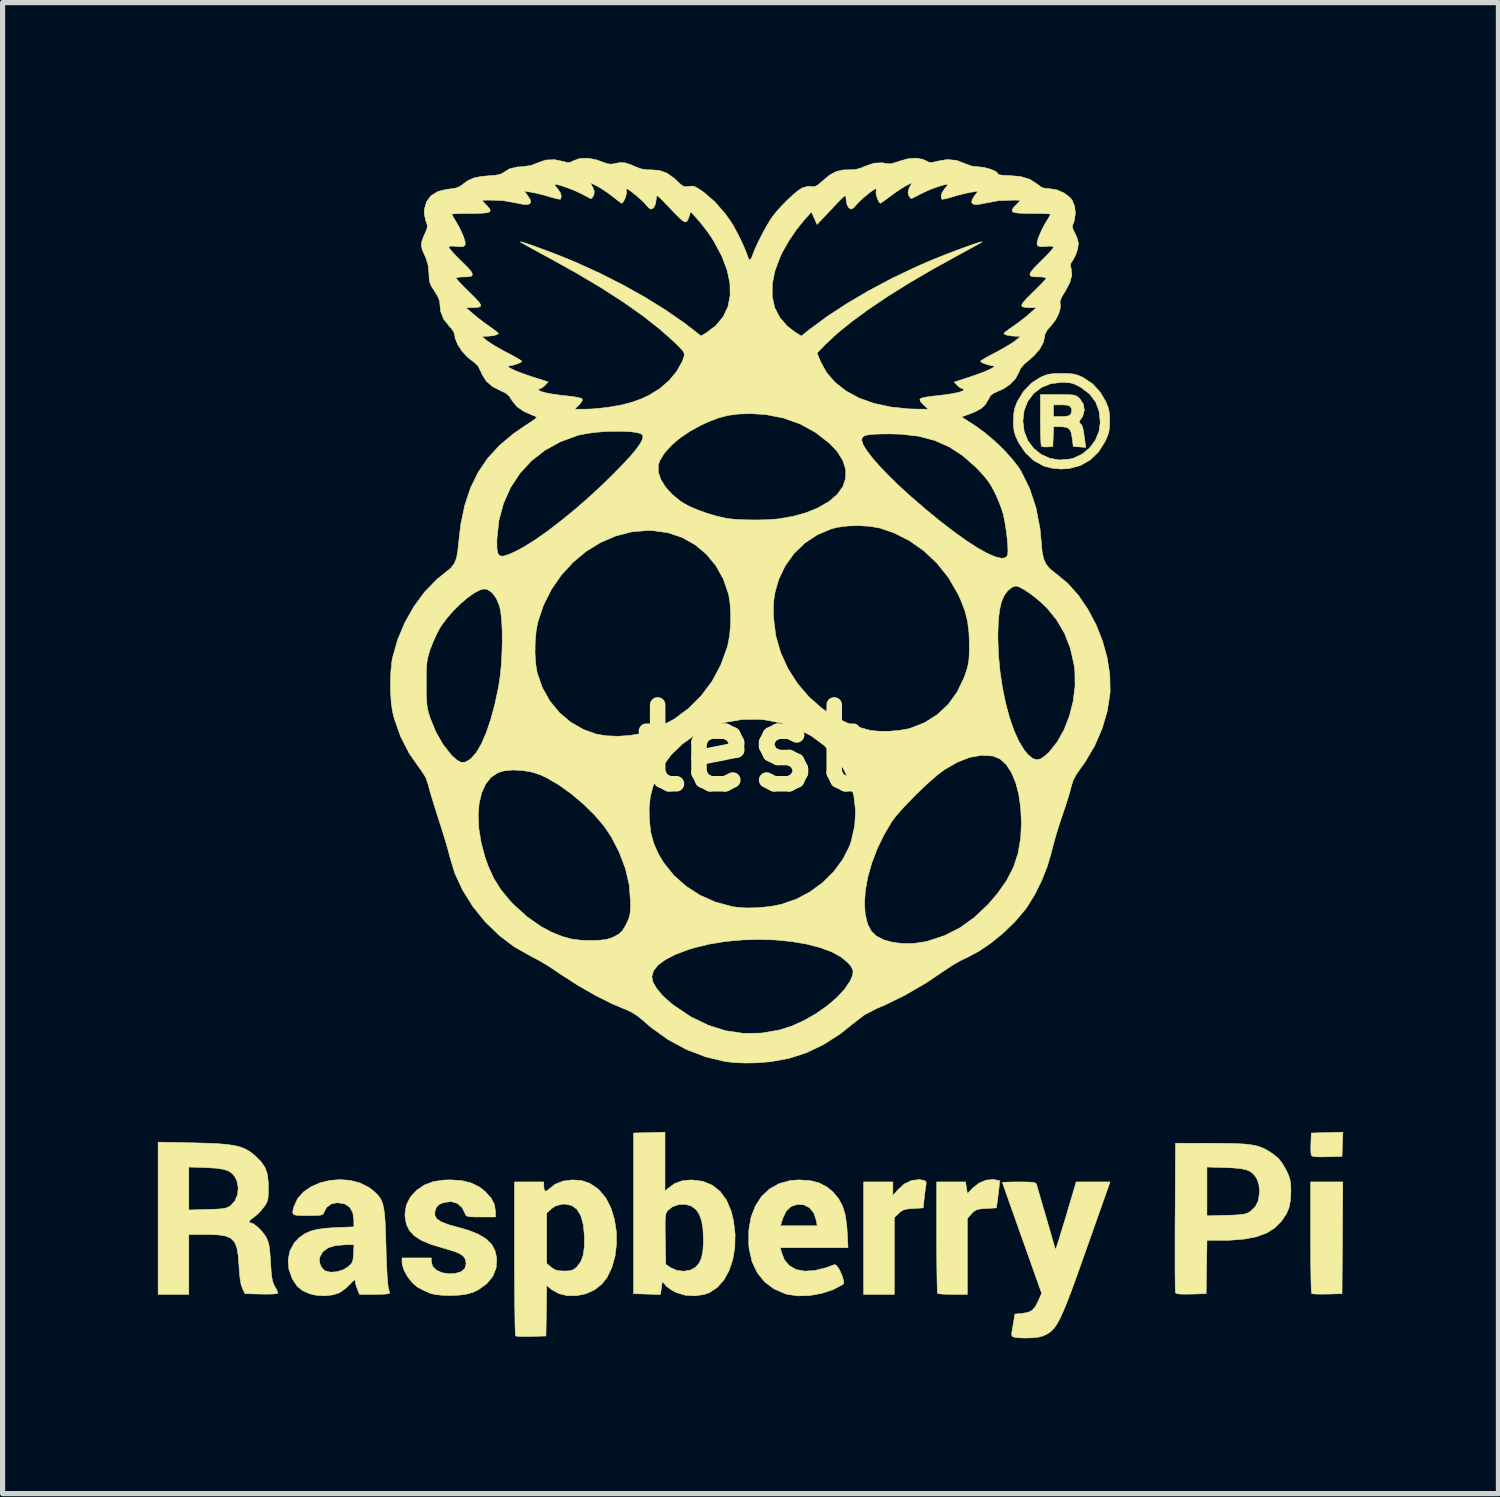
<source format=kicad_pcb>
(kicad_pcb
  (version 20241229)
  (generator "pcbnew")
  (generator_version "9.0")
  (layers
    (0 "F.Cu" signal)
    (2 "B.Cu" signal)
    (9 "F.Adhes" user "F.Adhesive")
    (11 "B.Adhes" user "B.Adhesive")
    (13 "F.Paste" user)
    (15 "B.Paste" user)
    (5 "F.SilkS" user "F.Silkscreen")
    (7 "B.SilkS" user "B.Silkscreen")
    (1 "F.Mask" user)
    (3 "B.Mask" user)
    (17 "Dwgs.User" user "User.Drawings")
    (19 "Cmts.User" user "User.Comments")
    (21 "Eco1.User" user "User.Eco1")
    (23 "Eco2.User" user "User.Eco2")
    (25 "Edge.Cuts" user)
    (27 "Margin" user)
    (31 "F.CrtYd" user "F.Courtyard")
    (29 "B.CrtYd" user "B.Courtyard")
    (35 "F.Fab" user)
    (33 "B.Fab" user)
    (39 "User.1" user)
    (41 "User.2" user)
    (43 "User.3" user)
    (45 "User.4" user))
  (footprint "test"
    (layer "F.Cu")
    (at 11.435 11.404)
    (property "Reference" "test" (at 0 0 0) (layer "F.SilkS") (effects (font (size 1.524 1.524) (thickness 0.3))))
    (attr through_hole)
    (fp_poly (pts (xy 11.452 7.654) (xy 11.444 7.888) (xy 11.154 7.896) (xy 11.016 7.898) (xy 10.926 7.895) (xy 10.874 7.885) (xy 10.851 7.868) (xy 10.85 7.865) (xy 10.843 7.818) (xy 10.841 7.734) (xy 10.843 7.631) (xy 10.851 7.437) (xy 11.461 7.421) (xy 11.452 7.654)) (stroke (width 0.01) (type solid)) (fill yes) (layer "F.SilkS"))
    (fp_poly (pts (xy 11.452 9.461) (xy 11.444 10.541) (xy 11.16 10.549) (xy 11.039 10.55) (xy 10.939 10.548) (xy 10.874 10.543) (xy 10.857 10.537) (xy 10.853 10.505) (xy 10.849 10.424) (xy 10.845 10.298) (xy 10.842 10.135) (xy 10.84 9.94) (xy 10.838 9.72) (xy 10.837 9.482) (xy 10.837 9.45) (xy 10.837 8.382) (xy 11.459 8.382) (xy 11.452 9.461)) (stroke (width 0.01) (type solid)) (fill yes) (layer "F.SilkS"))
    (fp_poly (pts (xy 3.309 8.341) (xy 3.38 8.356) (xy 3.408 8.38) (xy 3.408 8.427) (xy 3.405 8.448) (xy 3.393 8.526) (xy 3.379 8.632) (xy 3.37 8.711) (xy 3.352 8.884) (xy 3.159 8.895) (xy 3.048 8.904) (xy 2.975 8.922) (xy 2.919 8.953) (xy 2.88 8.988) (xy 2.794 9.07) (xy 2.794 10.555) (xy 2.201 10.555) (xy 2.201 8.382) (xy 2.766 8.382) (xy 2.766 8.646) (xy 2.864 8.532) (xy 2.988 8.421) (xy 3.128 8.354) (xy 3.272 8.337) (xy 3.309 8.341)) (stroke (width 0.01) (type solid)) (fill yes) (layer "F.SilkS"))
    (fp_poly (pts (xy 4.747 8.341) (xy 4.832 8.36) (xy 4.814 8.519) (xy 4.801 8.63) (xy 4.787 8.736) (xy 4.781 8.781) (xy 4.766 8.884) (xy 4.567 8.895) (xy 4.459 8.903) (xy 4.389 8.918) (xy 4.339 8.945) (xy 4.292 8.991) (xy 4.286 8.997) (xy 4.205 9.088) (xy 4.205 10.555) (xy 3.928 10.555) (xy 3.808 10.553) (xy 3.71 10.548) (xy 3.647 10.541) (xy 3.631 10.536) (xy 3.627 10.505) (xy 3.623 10.423) (xy 3.62 10.298) (xy 3.617 10.134) (xy 3.615 9.94) (xy 3.613 9.721) (xy 3.612 9.482) (xy 3.612 9.45) (xy 3.612 8.382) (xy 4.17 8.382) (xy 4.188 8.496) (xy 4.206 8.609) (xy 4.311 8.499) (xy 4.432 8.404) (xy 4.569 8.347) (xy 4.706 8.335) (xy 4.747 8.341)) (stroke (width 0.01) (type solid)) (fill yes) (layer "F.SilkS"))
    (fp_poly (pts (xy 6.101 -6.829) (xy 6.2 -6.827) (xy 6.266 -6.819) (xy 6.31 -6.805) (xy 6.345 -6.782) (xy 6.38 -6.747) (xy 6.446 -6.646) (xy 6.465 -6.53) (xy 6.436 -6.417) (xy 6.407 -6.371) (xy 6.371 -6.318) (xy 6.372 -6.286) (xy 6.392 -6.266) (xy 6.413 -6.243) (xy 6.429 -6.209) (xy 6.443 -6.151) (xy 6.459 -6.058) (xy 6.476 -5.932) (xy 6.492 -5.81) (xy 6.372 -5.819) (xy 6.251 -5.828) (xy 6.233 -5.977) (xy 6.212 -6.093) (xy 6.178 -6.163) (xy 6.12 -6.198) (xy 6.028 -6.209) (xy 6.009 -6.209) (xy 5.873 -6.209) (xy 5.856 -5.828) (xy 5.756 -5.819) (xy 5.684 -5.819) (xy 5.639 -5.829) (xy 5.636 -5.831) (xy 5.63 -5.865) (xy 5.624 -5.945) (xy 5.62 -6.063) (xy 5.617 -6.208) (xy 5.616 -6.341) (xy 5.616 -6.632) (xy 5.87 -6.632) (xy 5.87 -6.406) (xy 6.024 -6.406) (xy 6.12 -6.411) (xy 6.175 -6.426) (xy 6.206 -6.458) (xy 6.209 -6.463) (xy 6.224 -6.535) (xy 6.209 -6.576) (xy 6.18 -6.61) (xy 6.128 -6.627) (xy 6.038 -6.632) (xy 6.024 -6.632) (xy 5.87 -6.632) (xy 5.616 -6.632) (xy 5.616 -6.83) (xy 5.957 -6.83) (xy 6.101 -6.829)) (stroke (width 0.01) (type solid)) (fill yes) (layer "F.SilkS"))
    (fp_poly (pts (xy 1.164 8.356) (xy 1.344 8.402) (xy 1.497 8.483) (xy 1.61 8.578) (xy 1.715 8.703) (xy 1.792 8.843) (xy 1.844 9.01) (xy 1.874 9.214) (xy 1.884 9.349) (xy 1.899 9.652) (xy 0.592 9.652) (xy 0.61 9.73) (xy 0.67 9.887) (xy 0.767 10.002) (xy 0.898 10.075) (xy 1.063 10.106) (xy 1.258 10.093) (xy 1.481 10.038) (xy 1.637 9.979) (xy 1.672 9.992) (xy 1.713 10.045) (xy 1.755 10.121) (xy 1.79 10.207) (xy 1.812 10.286) (xy 1.814 10.344) (xy 1.803 10.361) (xy 1.614 10.462) (xy 1.396 10.534) (xy 1.165 10.576) (xy 0.938 10.584) (xy 0.731 10.555) (xy 0.685 10.542) (xy 0.467 10.447) (xy 0.287 10.311) (xy 0.146 10.136) (xy 0.046 9.924) (xy -0.01 9.679) (xy -0.019 9.589) (xy -0.017 9.313) (xy -0.003 9.229) (xy 0.595 9.229) (xy 1.305 9.229) (xy 1.286 9.123) (xy 1.239 8.983) (xy 1.157 8.881) (xy 1.048 8.825) (xy 0.92 8.816) (xy 0.799 8.856) (xy 0.706 8.945) (xy 0.64 9.082) (xy 0.635 9.096) (xy 0.595 9.229) (xy -0.003 9.229) (xy 0.026 9.063) (xy 0.11 8.846) (xy 0.23 8.662) (xy 0.385 8.517) (xy 0.571 8.413) (xy 0.786 8.355) (xy 0.945 8.343) (xy 1.164 8.356)) (stroke (width 0.01) (type solid)) (fill yes) (layer "F.SilkS"))
    (fp_poly (pts (xy -1.637 8.561) (xy -1.573 8.503) (xy -1.449 8.413) (xy -1.311 8.362) (xy -1.141 8.344) (xy -1.115 8.344) (xy -0.906 8.37) (xy -0.724 8.445) (xy -0.571 8.567) (xy -0.449 8.734) (xy -0.358 8.946) (xy -0.313 9.131) (xy -0.282 9.395) (xy -0.288 9.648) (xy -0.327 9.882) (xy -0.398 10.093) (xy -0.497 10.273) (xy -0.623 10.417) (xy -0.773 10.518) (xy -0.869 10.554) (xy -1.057 10.583) (xy -1.249 10.57) (xy -1.423 10.518) (xy -1.427 10.516) (xy -1.52 10.464) (xy -1.599 10.406) (xy -1.629 10.375) (xy -1.687 10.302) (xy -1.706 10.429) (xy -1.725 10.557) (xy -2.244 10.541) (xy -2.244 9.183) (xy -1.634 9.183) (xy -1.633 9.316) (xy -1.631 9.484) (xy -1.623 9.974) (xy -1.527 10.039) (xy -1.407 10.092) (xy -1.273 10.107) (xy -1.144 10.085) (xy -1.048 10.032) (xy -0.979 9.955) (xy -0.932 9.854) (xy -0.905 9.721) (xy -0.894 9.545) (xy -0.894 9.497) (xy -0.903 9.292) (xy -0.929 9.133) (xy -0.974 9.008) (xy -1.033 8.92) (xy -1.128 8.847) (xy -1.248 8.814) (xy -1.376 8.82) (xy -1.497 8.865) (xy -1.576 8.927) (xy -1.598 8.954) (xy -1.615 8.984) (xy -1.625 9.026) (xy -1.631 9.09) (xy -1.634 9.183) (xy -2.244 9.183) (xy -2.244 7.437) (xy -1.94 7.429) (xy -1.637 7.421) (xy -1.637 8.561)) (stroke (width 0.01) (type solid)) (fill yes) (layer "F.SilkS"))
    (fp_poly (pts (xy 6.506 9.675) (xy 6.389 10.005) (xy 6.289 10.285) (xy 6.202 10.521) (xy 6.127 10.716) (xy 6.061 10.876) (xy 6.003 11.004) (xy 5.951 11.104) (xy 5.901 11.181) (xy 5.852 11.24) (xy 5.802 11.285) (xy 5.748 11.319) (xy 5.689 11.348) (xy 5.665 11.358) (xy 5.577 11.381) (xy 5.454 11.394) (xy 5.316 11.398) (xy 5.184 11.392) (xy 5.114 11.382) (xy 5.071 11.365) (xy 5.06 11.326) (xy 5.066 11.28) (xy 5.081 11.193) (xy 5.098 11.09) (xy 5.103 11.063) (xy 5.124 10.936) (xy 5.267 10.922) (xy 5.379 10.902) (xy 5.458 10.862) (xy 5.519 10.791) (xy 5.577 10.678) (xy 5.641 10.534) (xy 5.262 9.467) (xy 5.179 9.234) (xy 5.103 9.019) (xy 5.034 8.826) (xy 4.976 8.661) (xy 4.93 8.531) (xy 4.899 8.44) (xy 4.884 8.395) (xy 4.882 8.391) (xy 4.909 8.388) (xy 4.98 8.385) (xy 5.086 8.383) (xy 5.205 8.382) (xy 5.346 8.383) (xy 5.44 8.387) (xy 5.498 8.395) (xy 5.528 8.409) (xy 5.542 8.43) (xy 5.542 8.431) (xy 5.554 8.471) (xy 5.578 8.555) (xy 5.612 8.673) (xy 5.653 8.815) (xy 5.699 8.971) (xy 5.746 9.133) (xy 5.792 9.291) (xy 5.833 9.435) (xy 5.868 9.555) (xy 5.893 9.642) (xy 5.906 9.686) (xy 5.907 9.689) (xy 5.916 9.669) (xy 5.939 9.603) (xy 5.974 9.496) (xy 6.017 9.356) (xy 6.068 9.189) (xy 6.111 9.047) (xy 6.308 8.382) (xy 6.635 8.382) (xy 6.963 8.382) (xy 6.506 9.675)) (stroke (width 0.01) (type solid)) (fill yes) (layer "F.SilkS"))
    (fp_poly (pts (xy 8.932 7.635) (xy 9.186 7.637) (xy 9.392 7.641) (xy 9.557 7.65) (xy 9.69 7.665) (xy 9.799 7.687) (xy 9.893 7.718) (xy 9.978 7.759) (xy 10.064 7.811) (xy 10.112 7.844) (xy 10.208 7.921) (xy 10.283 8.011) (xy 10.354 8.133) (xy 10.358 8.14) (xy 10.409 8.247) (xy 10.438 8.332) (xy 10.452 8.42) (xy 10.456 8.536) (xy 10.456 8.563) (xy 10.448 8.74) (xy 10.42 8.881) (xy 10.366 9.004) (xy 10.281 9.13) (xy 10.272 9.142) (xy 10.145 9.27) (xy 9.987 9.369) (xy 9.794 9.44) (xy 9.56 9.486) (xy 9.28 9.508) (xy 9.138 9.511) (xy 8.835 9.511) (xy 8.827 10.026) (xy 8.819 10.541) (xy 8.53 10.549) (xy 8.388 10.551) (xy 8.295 10.547) (xy 8.243 10.536) (xy 8.226 10.521) (xy 8.223 10.486) (xy 8.221 10.401) (xy 8.22 10.27) (xy 8.218 10.099) (xy 8.218 9.894) (xy 8.218 9.659) (xy 8.218 9.401) (xy 8.219 9.126) (xy 8.219 9.059) (xy 8.22 9.037) (xy 8.834 9.037) (xy 9.207 9.027) (xy 9.363 9.022) (xy 9.473 9.015) (xy 9.55 9.005) (xy 9.605 8.99) (xy 9.649 8.968) (xy 9.674 8.951) (xy 9.771 8.858) (xy 9.828 8.742) (xy 9.849 8.591) (xy 9.85 8.563) (xy 9.837 8.425) (xy 9.798 8.319) (xy 9.79 8.307) (xy 9.738 8.235) (xy 9.677 8.183) (xy 9.597 8.148) (xy 9.488 8.125) (xy 9.34 8.111) (xy 9.193 8.105) (xy 8.834 8.094) (xy 8.834 9.037) (xy 8.22 9.037) (xy 8.227 7.634) (xy 8.932 7.635)) (stroke (width 0.01) (type solid)) (fill yes) (layer "F.SilkS"))
    (fp_poly (pts (xy -3.245 8.357) (xy -3.092 8.408) (xy -2.951 8.501) (xy -2.905 8.542) (xy -2.777 8.698) (xy -2.679 8.891) (xy -2.613 9.109) (xy -2.577 9.344) (xy -2.574 9.583) (xy -2.602 9.817) (xy -2.663 10.034) (xy -2.755 10.226) (xy -2.857 10.356) (xy -2.998 10.467) (xy -3.164 10.542) (xy -3.343 10.58) (xy -3.522 10.58) (xy -3.688 10.54) (xy -3.83 10.459) (xy -3.837 10.453) (xy -3.922 10.382) (xy -3.929 10.871) (xy -3.937 11.359) (xy -4.221 11.367) (xy -4.342 11.369) (xy -4.442 11.367) (xy -4.507 11.361) (xy -4.524 11.356) (xy -4.528 11.324) (xy -4.531 11.242) (xy -4.535 11.114) (xy -4.537 10.945) (xy -4.54 10.741) (xy -4.542 10.508) (xy -4.543 10.25) (xy -4.544 9.972) (xy -4.544 9.859) (xy -4.544 8.985) (xy -3.923 8.985) (xy -3.923 9.957) (xy -3.836 10.03) (xy -3.772 10.075) (xy -3.702 10.097) (xy -3.603 10.103) (xy -3.584 10.104) (xy -3.484 10.1) (xy -3.419 10.084) (xy -3.365 10.048) (xy -3.337 10.021) (xy -3.265 9.925) (xy -3.218 9.8) (xy -3.195 9.639) (xy -3.193 9.434) (xy -3.193 9.422) (xy -3.216 9.202) (xy -3.264 9.031) (xy -3.339 8.909) (xy -3.441 8.836) (xy -3.571 8.81) (xy -3.633 8.813) (xy -3.764 8.851) (xy -3.84 8.906) (xy -3.923 8.985) (xy -4.544 8.985) (xy -4.544 8.382) (xy -3.979 8.382) (xy -3.979 8.465) (xy -3.969 8.54) (xy -3.939 8.563) (xy -3.89 8.533) (xy -3.877 8.519) (xy -3.756 8.425) (xy -3.601 8.365) (xy -3.429 8.343) (xy -3.245 8.357)) (stroke (width 0.01) (type solid)) (fill yes) (layer "F.SilkS"))
    (fp_poly (pts (xy 6.158 -7.237) (xy 6.254 -7.227) (xy 6.335 -7.206) (xy 6.419 -7.17) (xy 6.439 -7.161) (xy 6.625 -7.038) (xy 6.777 -6.871) (xy 6.881 -6.692) (xy 6.925 -6.583) (xy 6.948 -6.476) (xy 6.955 -6.344) (xy 6.955 -6.32) (xy 6.952 -6.196) (xy 6.937 -6.1) (xy 6.903 -6.005) (xy 6.864 -5.92) (xy 6.738 -5.721) (xy 6.578 -5.567) (xy 6.389 -5.46) (xy 6.174 -5.402) (xy 6.017 -5.392) (xy 5.842 -5.408) (xy 5.686 -5.448) (xy 5.683 -5.449) (xy 5.495 -5.551) (xy 5.333 -5.7) (xy 5.204 -5.888) (xy 5.187 -5.92) (xy 5.136 -6.032) (xy 5.109 -6.124) (xy 5.097 -6.225) (xy 5.095 -6.32) (xy 5.096 -6.322) (xy 5.278 -6.322) (xy 5.303 -6.119) (xy 5.375 -5.94) (xy 5.486 -5.791) (xy 5.63 -5.675) (xy 5.799 -5.599) (xy 5.988 -5.567) (xy 6.189 -5.585) (xy 6.254 -5.601) (xy 6.424 -5.68) (xy 6.569 -5.8) (xy 6.681 -5.953) (xy 6.751 -6.127) (xy 6.773 -6.292) (xy 6.751 -6.507) (xy 6.683 -6.689) (xy 6.567 -6.842) (xy 6.403 -6.967) (xy 6.379 -6.981) (xy 6.283 -7.03) (xy 6.199 -7.056) (xy 6.1 -7.066) (xy 6.026 -7.067) (xy 5.819 -7.041) (xy 5.637 -6.968) (xy 5.487 -6.853) (xy 5.373 -6.703) (xy 5.302 -6.522) (xy 5.278 -6.322) (xy 5.096 -6.322) (xy 5.101 -6.458) (xy 5.121 -6.567) (xy 5.161 -6.674) (xy 5.169 -6.692) (xy 5.292 -6.896) (xy 5.449 -7.057) (xy 5.612 -7.161) (xy 5.7 -7.2) (xy 5.779 -7.224) (xy 5.871 -7.235) (xy 5.994 -7.239) (xy 6.025 -7.239) (xy 6.158 -7.237)) (stroke (width 0.01) (type solid)) (fill yes) (layer "F.SilkS"))
    (fp_poly (pts (xy -5.564 8.357) (xy -5.381 8.402) (xy -5.223 8.48) (xy -5.121 8.559) (xy -5.001 8.687) (xy -4.932 8.818) (xy -4.911 8.96) (xy -4.911 9.059) (xy -5.194 9.059) (xy -5.325 9.058) (xy -5.41 9.053) (xy -5.459 9.043) (xy -5.484 9.026) (xy -5.492 9.01) (xy -5.554 8.88) (xy -5.646 8.797) (xy -5.765 8.762) (xy -5.898 8.777) (xy -5.994 8.813) (xy -6.05 8.866) (xy -6.082 8.95) (xy -6.084 9.028) (xy -6.045 9.095) (xy -5.96 9.153) (xy -5.826 9.206) (xy -5.687 9.244) (xy -5.439 9.315) (xy -5.242 9.393) (xy -5.094 9.482) (xy -4.988 9.585) (xy -4.922 9.707) (xy -4.89 9.849) (xy -4.888 9.865) (xy -4.9 10.044) (xy -4.963 10.205) (xy -5.078 10.346) (xy -5.24 10.463) (xy -5.348 10.516) (xy -5.466 10.549) (xy -5.619 10.57) (xy -5.789 10.577) (xy -5.957 10.571) (xy -6.102 10.552) (xy -6.172 10.533) (xy -6.282 10.486) (xy -6.392 10.429) (xy -6.432 10.405) (xy -6.524 10.324) (xy -6.608 10.215) (xy -6.675 10.095) (xy -6.712 9.984) (xy -6.717 9.941) (xy -6.717 9.85) (xy -6.152 9.85) (xy -6.152 9.921) (xy -6.127 10.012) (xy -6.055 10.085) (xy -5.948 10.135) (xy -5.815 10.157) (xy -5.697 10.152) (xy -5.577 10.118) (xy -5.504 10.056) (xy -5.48 9.964) (xy -5.481 9.938) (xy -5.496 9.87) (xy -5.535 9.815) (xy -5.604 9.767) (xy -5.711 9.723) (xy -5.865 9.676) (xy -5.913 9.663) (xy -6.151 9.591) (xy -6.338 9.513) (xy -6.478 9.424) (xy -6.575 9.321) (xy -6.634 9.199) (xy -6.659 9.055) (xy -6.66 9) (xy -6.634 8.828) (xy -6.555 8.673) (xy -6.432 8.541) (xy -6.283 8.44) (xy -6.113 8.376) (xy -5.91 8.346) (xy -5.786 8.342) (xy -5.564 8.357)) (stroke (width 0.01) (type solid)) (fill yes) (layer "F.SilkS"))
    (fp_poly (pts (xy -10.746 7.627) (xy -10.482 7.634) (xy -10.266 7.644) (xy -10.092 7.659) (xy -9.952 7.68) (xy -9.838 7.708) (xy -9.743 7.747) (xy -9.659 7.796) (xy -9.578 7.858) (xy -9.556 7.877) (xy -9.442 7.99) (xy -9.366 8.101) (xy -9.322 8.226) (xy -9.302 8.38) (xy -9.3 8.485) (xy -9.301 8.611) (xy -9.307 8.696) (xy -9.322 8.758) (xy -9.35 8.813) (xy -9.385 8.866) (xy -9.456 8.952) (xy -9.536 9.029) (xy -9.568 9.054) (xy -9.645 9.112) (xy -9.675 9.152) (xy -9.657 9.171) (xy -9.641 9.172) (xy -9.584 9.194) (xy -9.51 9.251) (xy -9.432 9.329) (xy -9.364 9.417) (xy -9.335 9.466) (xy -9.307 9.531) (xy -9.287 9.611) (xy -9.273 9.717) (xy -9.261 9.862) (xy -9.257 9.937) (xy -9.247 10.096) (xy -9.236 10.211) (xy -9.22 10.293) (xy -9.199 10.356) (xy -9.177 10.398) (xy -9.139 10.468) (xy -9.118 10.52) (xy -9.116 10.529) (xy -9.143 10.541) (xy -9.219 10.548) (xy -9.338 10.55) (xy -9.433 10.549) (xy -9.751 10.541) (xy -9.8 10.44) (xy -9.828 10.358) (xy -9.849 10.233) (xy -9.864 10.06) (xy -9.868 9.996) (xy -9.883 9.799) (xy -9.909 9.65) (xy -9.954 9.543) (xy -10.024 9.471) (xy -10.127 9.427) (xy -10.27 9.405) (xy -10.46 9.398) (xy -10.512 9.398) (xy -10.837 9.398) (xy -10.837 10.555) (xy -11.43 10.555) (xy -11.43 8.924) (xy -10.837 8.924) (xy -10.477 8.914) (xy -10.325 8.909) (xy -10.216 8.902) (xy -10.141 8.891) (xy -10.088 8.875) (xy -10.043 8.851) (xy -10.028 8.84) (xy -9.945 8.748) (xy -9.895 8.626) (xy -9.883 8.491) (xy -9.909 8.358) (xy -9.946 8.283) (xy -10.001 8.217) (xy -10.073 8.169) (xy -10.172 8.137) (xy -10.307 8.117) (xy -10.488 8.106) (xy -10.506 8.105) (xy -10.837 8.094) (xy -10.837 8.924) (xy -11.43 8.924) (xy -11.43 7.613) (xy -10.746 7.627)) (stroke (width 0.01) (type solid)) (fill yes) (layer "F.SilkS"))
    (fp_poly (pts (xy -7.715 8.353) (xy -7.527 8.403) (xy -7.357 8.489) (xy -7.273 8.552) (xy -7.21 8.61) (xy -7.16 8.666) (xy -7.121 8.728) (xy -7.092 8.801) (xy -7.07 8.895) (xy -7.054 9.016) (xy -7.043 9.17) (xy -7.035 9.367) (xy -7.028 9.611) (xy -7.027 9.638) (xy -7.021 9.859) (xy -7.012 10.055) (xy -7.003 10.22) (xy -6.993 10.345) (xy -6.983 10.424) (xy -6.978 10.446) (xy -6.96 10.506) (xy -6.963 10.538) (xy -6.997 10.545) (xy -7.074 10.551) (xy -7.182 10.554) (xy -7.259 10.555) (xy -7.538 10.555) (xy -7.579 10.457) (xy -7.607 10.376) (xy -7.62 10.308) (xy -7.62 10.302) (xy -7.626 10.276) (xy -7.65 10.284) (xy -7.698 10.331) (xy -7.726 10.362) (xy -7.809 10.44) (xy -7.902 10.507) (xy -7.945 10.531) (xy -8.071 10.567) (xy -8.225 10.581) (xy -8.382 10.571) (xy -8.507 10.541) (xy -8.643 10.479) (xy -8.743 10.396) (xy -8.824 10.276) (xy -8.841 10.245) (xy -8.904 10.067) (xy -8.914 9.935) (xy -8.313 9.935) (xy -8.277 10.026) (xy -8.215 10.093) (xy -8.204 10.1) (xy -8.099 10.126) (xy -7.974 10.117) (xy -7.851 10.078) (xy -7.767 10.027) (xy -7.708 9.975) (xy -7.676 9.927) (xy -7.661 9.862) (xy -7.654 9.769) (xy -7.646 9.596) (xy -7.809 9.596) (xy -8.002 9.611) (xy -8.148 9.656) (xy -8.25 9.732) (xy -8.31 9.841) (xy -8.311 9.845) (xy -8.313 9.935) (xy -8.914 9.935) (xy -8.918 9.887) (xy -8.883 9.716) (xy -8.802 9.563) (xy -8.705 9.46) (xy -8.604 9.388) (xy -8.493 9.336) (xy -8.362 9.3) (xy -8.198 9.277) (xy -7.994 9.264) (xy -7.648 9.25) (xy -7.648 9.125) (xy -7.668 8.979) (xy -7.725 8.873) (xy -7.821 8.809) (xy -7.833 8.805) (xy -7.968 8.783) (xy -8.084 8.807) (xy -8.174 8.873) (xy -8.225 8.968) (xy -8.237 8.996) (xy -8.259 9.014) (xy -8.301 9.025) (xy -8.375 9.03) (xy -8.491 9.031) (xy -8.539 9.031) (xy -8.676 9.031) (xy -8.764 9.025) (xy -8.812 9.01) (xy -8.829 8.978) (xy -8.823 8.925) (xy -8.803 8.853) (xy -8.734 8.702) (xy -8.621 8.576) (xy -8.474 8.474) (xy -8.301 8.399) (xy -8.111 8.353) (xy -7.913 8.337) (xy -7.715 8.353)) (stroke (width 0.01) (type solid)) (fill yes) (layer "F.SilkS"))
    (fp_poly (pts (xy 3.347 -11.375) (xy 3.401 -11.35) (xy 3.461 -11.32) (xy 3.515 -11.314) (xy 3.591 -11.33) (xy 3.61 -11.336) (xy 3.811 -11.372) (xy 3.997 -11.355) (xy 4.132 -11.303) (xy 4.292 -11.244) (xy 4.411 -11.232) (xy 4.509 -11.222) (xy 4.611 -11.198) (xy 4.704 -11.165) (xy 4.771 -11.129) (xy 4.798 -11.094) (xy 4.798 -11.093) (xy 4.824 -11.077) (xy 4.899 -11.067) (xy 5.004 -11.063) (xy 5.226 -11.045) (xy 5.411 -10.99) (xy 5.554 -10.899) (xy 5.563 -10.891) (xy 5.635 -10.836) (xy 5.713 -10.813) (xy 5.783 -10.809) (xy 5.931 -10.787) (xy 6.073 -10.726) (xy 6.189 -10.637) (xy 6.23 -10.586) (xy 6.278 -10.469) (xy 6.292 -10.329) (xy 6.271 -10.189) (xy 6.255 -10.147) (xy 6.236 -10.088) (xy 6.242 -10.035) (xy 6.275 -9.965) (xy 6.284 -9.949) (xy 6.325 -9.857) (xy 6.348 -9.767) (xy 6.35 -9.743) (xy 6.334 -9.635) (xy 6.293 -9.517) (xy 6.239 -9.418) (xy 6.222 -9.397) (xy 6.196 -9.349) (xy 6.203 -9.287) (xy 6.211 -9.264) (xy 6.224 -9.142) (xy 6.186 -8.996) (xy 6.098 -8.83) (xy 6.081 -8.804) (xy 6.024 -8.707) (xy 5.997 -8.634) (xy 5.998 -8.607) (xy 6.003 -8.512) (xy 5.972 -8.397) (xy 5.912 -8.278) (xy 5.83 -8.171) (xy 5.823 -8.164) (xy 5.738 -8.064) (xy 5.702 -7.984) (xy 5.701 -7.967) (xy 5.675 -7.84) (xy 5.601 -7.706) (xy 5.485 -7.574) (xy 5.406 -7.506) (xy 5.302 -7.417) (xy 5.237 -7.342) (xy 5.201 -7.267) (xy 5.198 -7.257) (xy 5.137 -7.141) (xy 5.034 -7.032) (xy 4.901 -6.941) (xy 4.801 -6.896) (xy 4.709 -6.856) (xy 4.652 -6.809) (xy 4.611 -6.737) (xy 4.554 -6.64) (xy 4.476 -6.565) (xy 4.363 -6.502) (xy 4.258 -6.459) (xy 4.092 -6.399) (xy 4.353 -6.23) (xy 4.539 -6.096) (xy 4.73 -5.935) (xy 4.912 -5.76) (xy 5.073 -5.582) (xy 5.202 -5.414) (xy 5.245 -5.346) (xy 5.41 -5.01) (xy 5.532 -4.64) (xy 5.609 -4.237) (xy 5.634 -3.975) (xy 5.65 -3.796) (xy 5.678 -3.661) (xy 5.724 -3.556) (xy 5.794 -3.469) (xy 5.893 -3.388) (xy 5.918 -3.37) (xy 6.144 -3.183) (xy 6.351 -2.951) (xy 6.534 -2.682) (xy 6.691 -2.386) (xy 6.816 -2.071) (xy 6.906 -1.747) (xy 6.957 -1.422) (xy 6.964 -1.106) (xy 6.961 -1.057) (xy 6.909 -0.717) (xy 6.808 -0.374) (xy 6.663 -0.04) (xy 6.479 0.27) (xy 6.399 0.381) (xy 6.31 0.508) (xy 6.252 0.618) (xy 6.216 0.729) (xy 6.211 0.748) (xy 6.188 0.837) (xy 6.15 0.965) (xy 6.103 1.114) (xy 6.05 1.271) (xy 6.036 1.312) (xy 5.978 1.486) (xy 5.92 1.675) (xy 5.869 1.856) (xy 5.83 2.007) (xy 5.828 2.018) (xy 5.751 2.282) (xy 5.642 2.558) (xy 5.51 2.825) (xy 5.364 3.062) (xy 5.313 3.133) (xy 5.123 3.355) (xy 4.904 3.568) (xy 4.667 3.762) (xy 4.426 3.925) (xy 4.194 4.049) (xy 4.168 4.06) (xy 4.054 4.116) (xy 3.924 4.191) (xy 3.81 4.266) (xy 3.401 4.541) (xy 2.997 4.775) (xy 2.607 4.966) (xy 2.463 5.026) (xy 2.221 5.151) (xy 2.075 5.261) (xy 1.749 5.521) (xy 1.426 5.728) (xy 1.098 5.885) (xy 0.758 5.995) (xy 0.4 6.06) (xy 0.113 6.082) (xy -0.108 6.084) (xy -0.311 6.075) (xy -0.467 6.057) (xy -0.849 5.966) (xy -1.223 5.823) (xy -1.578 5.631) (xy -1.908 5.395) (xy -2.06 5.263) (xy -2.171 5.172) (xy -2.287 5.099) (xy -2.357 5.066) (xy -2.659 4.939) (xy -2.986 4.775) (xy -3.326 4.58) (xy -3.568 4.423) (xy -1.891 4.423) (xy -1.866 4.529) (xy -1.793 4.652) (xy -1.679 4.786) (xy -1.526 4.925) (xy -1.464 4.973) (xy -1.137 5.192) (xy -0.803 5.354) (xy -0.464 5.461) (xy -0.12 5.512) (xy 0.23 5.506) (xy 0.585 5.444) (xy 0.588 5.444) (xy 0.817 5.369) (xy 1.051 5.263) (xy 1.28 5.132) (xy 1.493 4.983) (xy 1.681 4.823) (xy 1.834 4.66) (xy 1.941 4.499) (xy 1.944 4.493) (xy 1.99 4.386) (xy 1.997 4.304) (xy 1.964 4.226) (xy 1.906 4.153) (xy 1.767 4.036) (xy 1.581 3.935) (xy 1.354 3.852) (xy 1.094 3.785) (xy 0.808 3.737) (xy 0.503 3.707) (xy 0.185 3.697) (xy -0.139 3.706) (xy -0.461 3.735) (xy -0.775 3.786) (xy -1.073 3.858) (xy -1.195 3.896) (xy -1.44 3.989) (xy -1.632 4.089) (xy -1.773 4.194) (xy -1.859 4.303) (xy -1.891 4.416) (xy -1.891 4.423) (xy -3.568 4.423) (xy -3.669 4.359) (xy -3.764 4.293) (xy -3.899 4.204) (xy -4.054 4.112) (xy -4.2 4.034) (xy -4.233 4.017) (xy -4.55 3.838) (xy -4.845 3.614) (xy -5.114 3.352) (xy -5.349 3.06) (xy -5.546 2.745) (xy -5.699 2.415) (xy -5.798 2.087) (xy -5.822 1.99) (xy -5.861 1.854) (xy -5.91 1.691) (xy -5.965 1.515) (xy -6.012 1.369) (xy -6.033 1.303) (xy -5.246 1.303) (xy -5.233 1.557) (xy -5.189 1.827) (xy -5.114 2.108) (xy -5.053 2.279) (xy -4.944 2.519) (xy -4.808 2.736) (xy -4.634 2.947) (xy -4.557 3.028) (xy -4.296 3.263) (xy -4.027 3.451) (xy -3.825 3.558) (xy -3.618 3.641) (xy -3.427 3.692) (xy -3.226 3.715) (xy -3.034 3.717) (xy -2.891 3.711) (xy -2.786 3.7) (xy -2.704 3.68) (xy -2.626 3.647) (xy -2.611 3.64) (xy -2.525 3.591) (xy -2.465 3.535) (xy -2.412 3.452) (xy -2.385 3.401) (xy -2.345 3.315) (xy -2.32 3.241) (xy -2.307 3.161) (xy -2.303 3.056) (xy -2.303 2.964) (xy -2.328 2.643) (xy -2.401 2.327) (xy -2.523 2.007) (xy -2.678 1.708) (xy -2.818 1.501) (xy -3.002 1.288) (xy -3.139 1.153) (xy -1.943 1.153) (xy -1.94 1.376) (xy -1.912 1.627) (xy -1.853 1.847) (xy -1.758 2.058) (xy -1.659 2.219) (xy -1.464 2.461) (xy -1.228 2.671) (xy -0.957 2.844) (xy -0.661 2.975) (xy -0.346 3.06) (xy -0.25 3.075) (xy -0.05 3.089) (xy 0.178 3.083) (xy 0.409 3.058) (xy 0.615 3.018) (xy 0.683 2.994) (xy 2.218 2.994) (xy 2.232 3.213) (xy 2.279 3.402) (xy 2.349 3.535) (xy 2.448 3.631) (xy 2.59 3.705) (xy 2.766 3.754) (xy 2.966 3.777) (xy 3.179 3.773) (xy 3.398 3.74) (xy 3.446 3.728) (xy 3.766 3.622) (xy 4.063 3.471) (xy 4.34 3.272) (xy 4.603 3.024) (xy 4.782 2.816) (xy 4.963 2.56) (xy 5.097 2.302) (xy 5.186 2.03) (xy 5.236 1.734) (xy 5.249 1.445) (xy 5.236 1.156) (xy 5.199 0.895) (xy 5.138 0.665) (xy 5.057 0.472) (xy 4.957 0.319) (xy 4.84 0.212) (xy 4.708 0.155) (xy 4.698 0.153) (xy 4.481 0.139) (xy 4.253 0.179) (xy 4.014 0.271) (xy 3.761 0.418) (xy 3.749 0.426) (xy 3.639 0.509) (xy 3.504 0.624) (xy 3.355 0.76) (xy 3.202 0.909) (xy 3.054 1.06) (xy 2.921 1.203) (xy 2.813 1.329) (xy 2.748 1.416) (xy 2.593 1.676) (xy 2.463 1.946) (xy 2.359 2.219) (xy 2.282 2.49) (xy 2.235 2.751) (xy 2.218 2.994) (xy 0.683 2.994) (xy 0.9 2.919) (xy 1.169 2.776) (xy 1.413 2.596) (xy 1.625 2.385) (xy 1.799 2.149) (xy 1.928 1.896) (xy 1.96 1.805) (xy 2.029 1.501) (xy 2.045 1.203) (xy 2.011 0.915) (xy 1.929 0.641) (xy 1.803 0.385) (xy 1.636 0.151) (xy 1.432 -0.057) (xy 1.192 -0.235) (xy 0.92 -0.378) (xy 0.62 -0.483) (xy 0.294 -0.545) (xy 0.182 -0.556) (xy -0.141 -0.553) (xy -0.456 -0.501) (xy -0.757 -0.403) (xy -1.039 -0.264) (xy -1.293 -0.086) (xy -1.514 0.126) (xy -1.695 0.369) (xy -1.778 0.522) (xy -1.867 0.734) (xy -1.92 0.937) (xy -1.943 1.153) (xy -3.139 1.153) (xy -3.215 1.078) (xy -3.448 0.882) (xy -3.688 0.71) (xy -3.924 0.573) (xy -4.036 0.52) (xy -4.207 0.464) (xy -4.394 0.432) (xy -4.58 0.423) (xy -4.748 0.44) (xy -4.862 0.474) (xy -4.997 0.563) (xy -5.103 0.696) (xy -5.18 0.868) (xy -5.228 1.072) (xy -5.246 1.303) (xy -6.033 1.303) (xy -6.067 1.197) (xy -6.118 1.033) (xy -6.162 0.888) (xy -6.195 0.774) (xy -6.211 0.708) (xy -6.259 0.567) (xy -6.347 0.43) (xy -6.365 0.406) (xy -6.577 0.105) (xy -6.746 -0.226) (xy -6.868 -0.573) (xy -6.902 -0.711) (xy -6.925 -0.871) (xy -6.938 -1.066) (xy -6.941 -1.257) (xy -6.249 -1.257) (xy -6.249 -1.242) (xy -6.248 -1.069) (xy -6.244 -0.938) (xy -6.236 -0.837) (xy -6.223 -0.753) (xy -6.202 -0.67) (xy -6.173 -0.579) (xy -6.064 -0.312) (xy -5.925 -0.07) (xy -5.765 0.133) (xy -5.752 0.146) (xy -5.654 0.235) (xy -5.571 0.276) (xy -5.492 0.27) (xy -5.407 0.219) (xy -5.376 0.194) (xy -5.278 0.08) (xy -5.182 -0.086) (xy -5.09 -0.298) (xy -5.004 -0.552) (xy -4.925 -0.843) (xy -4.856 -1.167) (xy -4.85 -1.199) (xy -4.821 -1.39) (xy -4.8 -1.605) (xy -4.787 -1.833) (xy -4.787 -1.835) (xy -4.148 -1.835) (xy -4.136 -1.633) (xy -4.108 -1.463) (xy -4.106 -1.452) (xy -4.006 -1.167) (xy -3.862 -0.91) (xy -3.678 -0.686) (xy -3.459 -0.501) (xy -3.209 -0.358) (xy -2.963 -0.27) (xy -2.772 -0.238) (xy -2.551 -0.229) (xy -2.323 -0.243) (xy -2.111 -0.28) (xy -2.1 -0.283) (xy -1.77 -0.396) (xy -1.464 -0.557) (xy -1.185 -0.763) (xy -0.939 -1.008) (xy -0.729 -1.288) (xy -0.561 -1.6) (xy -0.438 -1.937) (xy -0.421 -1.999) (xy -0.388 -2.176) (xy -0.37 -2.382) (xy -0.367 -2.596) (xy -0.372 -2.668) (xy 0.456 -2.668) (xy 0.461 -2.509) (xy 0.504 -2.169) (xy 0.599 -1.842) (xy 0.74 -1.534) (xy 0.923 -1.248) (xy 1.143 -0.991) (xy 1.396 -0.767) (xy 1.677 -0.582) (xy 1.983 -0.44) (xy 2.308 -0.348) (xy 2.349 -0.34) (xy 2.505 -0.325) (xy 2.69 -0.325) (xy 2.88 -0.341) (xy 3.049 -0.369) (xy 3.105 -0.384) (xy 3.384 -0.494) (xy 3.629 -0.65) (xy 3.839 -0.849) (xy 4.011 -1.088) (xy 4.143 -1.365) (xy 4.158 -1.406) (xy 4.196 -1.52) (xy 4.221 -1.614) (xy 4.235 -1.708) (xy 4.242 -1.82) (xy 4.244 -1.968) (xy 4.244 -1.99) (xy 4.24 -2.128) (xy 4.795 -2.128) (xy 4.806 -1.806) (xy 4.836 -1.484) (xy 4.883 -1.168) (xy 4.945 -0.867) (xy 5.02 -0.588) (xy 5.107 -0.338) (xy 5.204 -0.125) (xy 5.308 0.044) (xy 5.377 0.126) (xy 5.465 0.199) (xy 5.544 0.226) (xy 5.625 0.207) (xy 5.718 0.141) (xy 5.783 0.08) (xy 5.941 -0.118) (xy 6.074 -0.356) (xy 6.178 -0.623) (xy 6.25 -0.908) (xy 6.286 -1.197) (xy 6.283 -1.481) (xy 6.269 -1.597) (xy 6.197 -1.923) (xy 6.085 -2.213) (xy 5.931 -2.476) (xy 5.758 -2.69) (xy 5.653 -2.794) (xy 5.535 -2.896) (xy 5.414 -2.989) (xy 5.301 -3.064) (xy 5.206 -3.115) (xy 5.142 -3.133) (xy 5.071 -3.109) (xy 4.989 -3.044) (xy 4.98 -3.034) (xy 4.912 -2.94) (xy 4.861 -2.815) (xy 4.825 -2.654) (xy 4.804 -2.45) (xy 4.795 -2.198) (xy 4.795 -2.128) (xy 4.24 -2.128) (xy 4.236 -2.237) (xy 4.209 -2.451) (xy 4.159 -2.65) (xy 4.08 -2.855) (xy 4.023 -2.979) (xy 3.844 -3.289) (xy 3.624 -3.566) (xy 3.37 -3.808) (xy 3.086 -4.008) (xy 2.78 -4.162) (xy 2.512 -4.252) (xy 2.324 -4.285) (xy 2.112 -4.298) (xy 1.895 -4.292) (xy 1.696 -4.266) (xy 1.58 -4.237) (xy 1.307 -4.122) (xy 1.064 -3.961) (xy 0.855 -3.759) (xy 0.685 -3.521) (xy 0.558 -3.252) (xy 0.49 -3.014) (xy 0.464 -2.851) (xy 0.456 -2.668) (xy -0.372 -2.668) (xy -0.38 -2.798) (xy -0.407 -2.968) (xy -0.41 -2.979) (xy -0.51 -3.268) (xy -0.654 -3.525) (xy -0.836 -3.746) (xy -1.053 -3.928) (xy -1.3 -4.067) (xy -1.573 -4.16) (xy -1.867 -4.202) (xy -1.963 -4.205) (xy -2.281 -4.178) (xy -2.59 -4.098) (xy -2.886 -3.97) (xy -3.163 -3.799) (xy -3.416 -3.588) (xy -3.641 -3.341) (xy -3.833 -3.063) (xy -3.986 -2.757) (xy -4.095 -2.432) (xy -4.127 -2.255) (xy -4.145 -2.049) (xy -4.148 -1.835) (xy -4.787 -1.835) (xy -4.781 -2.062) (xy -4.783 -2.28) (xy -4.793 -2.477) (xy -4.811 -2.64) (xy -4.835 -2.749) (xy -4.895 -2.892) (xy -4.973 -2.999) (xy -5.061 -3.062) (xy -5.128 -3.076) (xy -5.216 -3.054) (xy -5.328 -2.994) (xy -5.456 -2.902) (xy -5.591 -2.786) (xy -5.724 -2.655) (xy -5.848 -2.514) (xy -5.953 -2.373) (xy -5.991 -2.312) (xy -6.054 -2.191) (xy -6.119 -2.047) (xy -6.172 -1.91) (xy -6.174 -1.905) (xy -6.203 -1.813) (xy -6.224 -1.732) (xy -6.237 -1.65) (xy -6.245 -1.552) (xy -6.248 -1.426) (xy -6.249 -1.257) (xy -6.941 -1.257) (xy -6.941 -1.276) (xy -6.933 -1.481) (xy -6.916 -1.661) (xy -6.902 -1.741) (xy -6.804 -2.09) (xy -6.663 -2.425) (xy -6.486 -2.738) (xy -6.277 -3.02) (xy -6.042 -3.262) (xy -5.876 -3.395) (xy -5.775 -3.479) (xy -5.707 -3.566) (xy -5.664 -3.673) (xy -5.639 -3.815) (xy -5.632 -3.895) (xy -5.621 -3.99) (xy -4.885 -3.99) (xy -4.883 -3.851) (xy -4.866 -3.761) (xy -4.829 -3.714) (xy -4.763 -3.708) (xy -4.663 -3.738) (xy -4.53 -3.797) (xy -4.344 -3.897) (xy -4.127 -4.035) (xy -3.888 -4.204) (xy -3.633 -4.401) (xy -3.367 -4.618) (xy -3.1 -4.852) (xy -2.836 -5.096) (xy -2.652 -5.276) (xy -2.591 -5.338) (xy -1.767 -5.338) (xy -1.72 -5.194) (xy -1.629 -5.047) (xy -1.501 -4.903) (xy -1.338 -4.771) (xy -1.292 -4.74) (xy -1.166 -4.671) (xy -1.002 -4.601) (xy -0.818 -4.535) (xy -0.631 -4.48) (xy -0.46 -4.441) (xy -0.409 -4.433) (xy -0.254 -4.418) (xy -0.065 -4.41) (xy 0.139 -4.408) (xy 0.337 -4.412) (xy 0.508 -4.424) (xy 0.579 -4.432) (xy 0.85 -4.481) (xy 1.086 -4.547) (xy 1.305 -4.635) (xy 1.316 -4.64) (xy 1.53 -4.763) (xy 1.691 -4.901) (xy 1.8 -5.052) (xy 1.854 -5.214) (xy 1.855 -5.383) (xy 1.8 -5.556) (xy 1.691 -5.731) (xy 1.55 -5.882) (xy 1.45 -5.96) (xy 2.164 -5.96) (xy 2.165 -5.942) (xy 2.191 -5.863) (xy 2.258 -5.753) (xy 2.361 -5.617) (xy 2.498 -5.459) (xy 2.664 -5.285) (xy 2.854 -5.097) (xy 3.066 -4.902) (xy 3.117 -4.857) (xy 3.409 -4.605) (xy 3.686 -4.379) (xy 3.945 -4.18) (xy 4.182 -4.01) (xy 4.395 -3.872) (xy 4.58 -3.768) (xy 4.734 -3.7) (xy 4.853 -3.67) (xy 4.875 -3.669) (xy 4.942 -3.678) (xy 4.975 -3.714) (xy 4.984 -3.742) (xy 4.99 -3.81) (xy 4.986 -3.919) (xy 4.974 -4.056) (xy 4.956 -4.204) (xy 4.933 -4.352) (xy 4.907 -4.483) (xy 4.896 -4.53) (xy 4.862 -4.635) (xy 4.812 -4.766) (xy 4.753 -4.9) (xy 4.735 -4.939) (xy 4.671 -5.06) (xy 4.603 -5.164) (xy 4.519 -5.268) (xy 4.408 -5.387) (xy 4.362 -5.434) (xy 4.115 -5.651) (xy 3.855 -5.82) (xy 3.574 -5.944) (xy 3.268 -6.025) (xy 2.928 -6.065) (xy 2.709 -6.071) (xy 2.517 -6.069) (xy 2.373 -6.063) (xy 2.273 -6.05) (xy 2.21 -6.03) (xy 2.175 -6.001) (xy 2.164 -5.96) (xy 1.45 -5.96) (xy 1.28 -6.094) (xy 0.98 -6.26) (xy 0.654 -6.377) (xy 0.307 -6.445) (xy 0.016 -6.462) (xy -0.213 -6.455) (xy -0.413 -6.429) (xy -0.603 -6.379) (xy -0.805 -6.302) (xy -0.945 -6.237) (xy -1.163 -6.117) (xy -1.358 -5.983) (xy -1.523 -5.84) (xy -1.651 -5.695) (xy -1.737 -5.554) (xy -1.765 -5.47) (xy -1.767 -5.338) (xy -2.591 -5.338) (xy -2.457 -5.475) (xy -2.304 -5.64) (xy -2.191 -5.776) (xy -2.114 -5.884) (xy -2.072 -5.967) (xy -2.063 -6.029) (xy -2.068 -6.047) (xy -2.107 -6.077) (xy -2.193 -6.099) (xy -2.315 -6.114) (xy -2.465 -6.122) (xy -2.633 -6.122) (xy -2.809 -6.115) (xy -2.984 -6.1) (xy -3.148 -6.078) (xy -3.291 -6.05) (xy -3.327 -6.04) (xy -3.66 -5.918) (xy -3.958 -5.753) (xy -4.22 -5.548) (xy -4.442 -5.306) (xy -4.622 -5.031) (xy -4.757 -4.727) (xy -4.846 -4.396) (xy -4.884 -4.042) (xy -4.885 -3.99) (xy -5.621 -3.99) (xy -5.584 -4.314) (xy -5.506 -4.689) (xy -5.395 -5.025) (xy -5.248 -5.326) (xy -5.063 -5.598) (xy -4.837 -5.845) (xy -4.567 -6.072) (xy -4.339 -6.23) (xy -4.227 -6.302) (xy -4.158 -6.35) (xy -4.125 -6.38) (xy -4.122 -6.398) (xy -4.143 -6.412) (xy -4.167 -6.42) (xy -4.358 -6.502) (xy -4.497 -6.597) (xy -4.587 -6.708) (xy -4.592 -6.716) (xy -4.648 -6.803) (xy -4.718 -6.861) (xy -4.799 -6.899) (xy -4.968 -6.985) (xy -5.089 -7.089) (xy -5.169 -7.216) (xy -5.185 -7.255) (xy -5.247 -7.381) (xy -5.32 -7.451) (xy -5.446 -7.548) (xy -5.556 -7.667) (xy -5.641 -7.795) (xy -5.691 -7.919) (xy -5.701 -7.99) (xy -5.72 -8.045) (xy -5.77 -8.115) (xy -5.803 -8.151) (xy -5.914 -8.289) (xy -5.972 -8.44) (xy -5.983 -8.555) (xy -5.993 -8.644) (xy -6.029 -8.732) (xy -6.089 -8.828) (xy -6.148 -8.921) (xy -6.181 -8.996) (xy -6.194 -9.082) (xy -6.198 -9.169) (xy -6.211 -9.32) (xy -6.249 -9.451) (xy -6.275 -9.511) (xy -6.324 -9.622) (xy -6.337 -9.676) (xy -5.814 -9.676) (xy -5.794 -9.644) (xy -5.742 -9.583) (xy -5.664 -9.5) (xy -5.569 -9.406) (xy -5.455 -9.294) (xy -5.385 -9.212) (xy -5.356 -9.157) (xy -5.37 -9.123) (xy -5.426 -9.107) (xy -5.522 -9.104) (xy -5.533 -9.104) (xy -5.613 -9.1) (xy -5.664 -9.089) (xy -5.673 -9.081) (xy -5.653 -9.052) (xy -5.601 -8.994) (xy -5.523 -8.913) (xy -5.427 -8.818) (xy -5.413 -8.805) (xy -5.3 -8.693) (xy -5.228 -8.614) (xy -5.197 -8.562) (xy -5.205 -8.531) (xy -5.252 -8.516) (xy -5.337 -8.511) (xy -5.372 -8.511) (xy -5.481 -8.51) (xy -5.344 -8.389) (xy -5.246 -8.308) (xy -5.128 -8.218) (xy -5.032 -8.149) (xy -4.947 -8.089) (xy -4.885 -8.041) (xy -4.856 -8.013) (xy -4.855 -8.011) (xy -4.88 -7.99) (xy -4.945 -7.971) (xy -5.035 -7.96) (xy -5.08 -7.958) (xy -5.179 -7.957) (xy -5.08 -7.874) (xy -5.014 -7.827) (xy -4.912 -7.764) (xy -4.791 -7.695) (xy -4.692 -7.642) (xy -4.578 -7.582) (xy -4.485 -7.53) (xy -4.424 -7.492) (xy -4.403 -7.475) (xy -4.427 -7.452) (xy -4.487 -7.425) (xy -4.564 -7.401) (xy -4.628 -7.388) (xy -4.667 -7.38) (xy -4.668 -7.366) (xy -4.625 -7.339) (xy -4.586 -7.319) (xy -4.511 -7.285) (xy -4.399 -7.242) (xy -4.268 -7.195) (xy -4.183 -7.167) (xy -3.893 -7.076) (xy -3.955 -7.009) (xy -4.01 -6.963) (xy -4.056 -6.943) (xy -4.056 -6.943) (xy -4.083 -6.929) (xy -4.08 -6.917) (xy -4.038 -6.892) (xy -3.947 -6.866) (xy -3.816 -6.841) (xy -3.652 -6.818) (xy -3.533 -6.805) (xy -3.414 -6.791) (xy -3.316 -6.774) (xy -3.253 -6.758) (xy -3.239 -6.75) (xy -3.234 -6.715) (xy -3.273 -6.658) (xy -3.296 -6.634) (xy -3.382 -6.548) (xy -3.18 -6.548) (xy -3.055 -6.552) (xy -2.903 -6.565) (xy -2.75 -6.583) (xy -2.709 -6.589) (xy -2.477 -6.63) (xy -2.282 -6.68) (xy -2.105 -6.743) (xy -1.945 -6.817) (xy -1.738 -6.945) (xy -1.556 -7.103) (xy -1.408 -7.281) (xy -1.303 -7.471) (xy -1.27 -7.562) (xy -1.263 -7.602) (xy -1.27 -7.64) (xy -1.299 -7.685) (xy -1.356 -7.747) (xy -1.447 -7.837) (xy -1.449 -7.839) (xy -1.728 -8.088) (xy -2.054 -8.345) (xy -2.43 -8.611) (xy -2.856 -8.886) (xy -3.334 -9.171) (xy -3.865 -9.467) (xy -3.945 -9.51) (xy -4.095 -9.591) (xy -4.226 -9.663) (xy -4.33 -9.721) (xy -4.401 -9.762) (xy -4.43 -9.781) (xy -4.431 -9.781) (xy -4.406 -9.779) (xy -4.338 -9.758) (xy -4.234 -9.723) (xy -4.104 -9.677) (xy -3.955 -9.622) (xy -3.798 -9.563) (xy -3.64 -9.501) (xy -3.489 -9.44) (xy -3.378 -9.394) (xy -2.914 -9.184) (xy -2.461 -8.955) (xy -2.029 -8.714) (xy -1.629 -8.466) (xy -1.269 -8.217) (xy -1.113 -8.098) (xy -0.941 -7.962) (xy -0.845 -8.019) (xy -0.656 -8.161) (xy -0.515 -8.33) (xy -0.422 -8.524) (xy -0.381 -8.727) (xy 0.435 -8.727) (xy 0.483 -8.51) (xy 0.582 -8.317) (xy 0.73 -8.148) (xy 0.872 -8.041) (xy 0.996 -7.96) (xy 1.168 -8.097) (xy 1.505 -8.345) (xy 1.888 -8.595) (xy 2.307 -8.841) (xy 2.752 -9.077) (xy 3.214 -9.297) (xy 3.435 -9.394) (xy 3.572 -9.451) (xy 3.725 -9.512) (xy 3.884 -9.574) (xy 4.04 -9.633) (xy 4.186 -9.686) (xy 4.312 -9.731) (xy 4.41 -9.763) (xy 4.471 -9.781) (xy 4.487 -9.781) (xy 4.464 -9.765) (xy 4.398 -9.727) (xy 4.297 -9.671) (xy 4.169 -9.601) (xy 4.022 -9.521) (xy 4.002 -9.51) (xy 3.52 -9.244) (xy 3.072 -8.981) (xy 2.662 -8.725) (xy 2.293 -8.476) (xy 1.967 -8.237) (xy 1.689 -8.011) (xy 1.461 -7.799) (xy 1.448 -7.785) (xy 1.301 -7.634) (xy 1.366 -7.474) (xy 1.485 -7.255) (xy 1.652 -7.063) (xy 1.863 -6.898) (xy 2.114 -6.763) (xy 2.403 -6.66) (xy 2.726 -6.59) (xy 3.079 -6.554) (xy 3.213 -6.55) (xy 3.449 -6.548) (xy 3.357 -6.634) (xy 3.3 -6.696) (xy 3.288 -6.737) (xy 3.295 -6.75) (xy 3.335 -6.766) (xy 3.417 -6.783) (xy 3.527 -6.799) (xy 3.589 -6.805) (xy 3.771 -6.826) (xy 3.924 -6.85) (xy 4.042 -6.875) (xy 4.116 -6.901) (xy 4.136 -6.917) (xy 4.129 -6.94) (xy 4.113 -6.943) (xy 4.067 -6.962) (xy 4.013 -7.007) (xy 3.952 -7.072) (xy 4.241 -7.166) (xy 4.374 -7.212) (xy 4.5 -7.258) (xy 4.6 -7.299) (xy 4.643 -7.319) (xy 4.709 -7.356) (xy 4.729 -7.375) (xy 4.708 -7.384) (xy 4.685 -7.388) (xy 4.609 -7.404) (xy 4.533 -7.429) (xy 4.477 -7.456) (xy 4.459 -7.475) (xy 4.483 -7.494) (xy 4.547 -7.533) (xy 4.642 -7.586) (xy 4.749 -7.642) (xy 4.876 -7.711) (xy 4.994 -7.78) (xy 5.089 -7.84) (xy 5.136 -7.874) (xy 5.235 -7.957) (xy 5.136 -7.958) (xy 5.04 -7.965) (xy 4.961 -7.981) (xy 4.917 -8.001) (xy 4.912 -8.011) (xy 4.934 -8.035) (xy 4.991 -8.08) (xy 5.073 -8.138) (xy 5.088 -8.148) (xy 5.2 -8.228) (xy 5.317 -8.318) (xy 5.4 -8.388) (xy 5.537 -8.509) (xy 5.429 -8.51) (xy 5.332 -8.514) (xy 5.273 -8.525) (xy 5.253 -8.55) (xy 5.272 -8.595) (xy 5.33 -8.664) (xy 5.429 -8.764) (xy 5.47 -8.804) (xy 5.568 -8.9) (xy 5.649 -8.983) (xy 5.705 -9.046) (xy 5.729 -9.078) (xy 5.729 -9.08) (xy 5.704 -9.094) (xy 5.639 -9.103) (xy 5.589 -9.104) (xy 5.489 -9.106) (xy 5.43 -9.121) (xy 5.412 -9.153) (xy 5.437 -9.206) (xy 5.503 -9.285) (xy 5.613 -9.394) (xy 5.625 -9.406) (xy 5.72 -9.5) (xy 5.798 -9.583) (xy 5.851 -9.644) (xy 5.87 -9.676) (xy 5.851 -9.696) (xy 5.787 -9.699) (xy 5.736 -9.694) (xy 5.628 -9.687) (xy 5.568 -9.702) (xy 5.55 -9.748) (xy 5.569 -9.832) (xy 5.587 -9.882) (xy 5.637 -9.999) (xy 5.699 -10.12) (xy 5.729 -10.169) (xy 5.775 -10.245) (xy 5.806 -10.299) (xy 5.814 -10.316) (xy 5.787 -10.321) (xy 5.715 -10.325) (xy 5.608 -10.328) (xy 5.477 -10.33) (xy 5.468 -10.33) (xy 5.296 -10.332) (xy 5.176 -10.338) (xy 5.103 -10.352) (xy 5.07 -10.374) (xy 5.075 -10.409) (xy 5.11 -10.457) (xy 5.135 -10.483) (xy 5.232 -10.583) (xy 5.121 -10.588) (xy 4.811 -10.578) (xy 4.539 -10.527) (xy 4.408 -10.502) (xy 4.325 -10.507) (xy 4.288 -10.54) (xy 4.3 -10.603) (xy 4.351 -10.682) (xy 4.413 -10.761) (xy 4.274 -10.74) (xy 4.174 -10.72) (xy 4.049 -10.689) (xy 3.931 -10.655) (xy 3.832 -10.626) (xy 3.755 -10.608) (xy 3.715 -10.604) (xy 3.713 -10.606) (xy 3.696 -10.658) (xy 3.716 -10.732) (xy 3.767 -10.808) (xy 3.773 -10.815) (xy 3.814 -10.864) (xy 3.825 -10.892) (xy 3.82 -10.894) (xy 3.754 -10.883) (xy 3.654 -10.853) (xy 3.535 -10.811) (xy 3.416 -10.762) (xy 3.316 -10.714) (xy 3.227 -10.668) (xy 3.159 -10.633) (xy 3.126 -10.617) (xy 3.101 -10.632) (xy 3.074 -10.676) (xy 3.058 -10.739) (xy 3.076 -10.808) (xy 3.089 -10.835) (xy 3.135 -10.925) (xy 3.023 -10.867) (xy 2.946 -10.822) (xy 2.844 -10.755) (xy 2.739 -10.68) (xy 2.724 -10.669) (xy 2.637 -10.604) (xy 2.568 -10.554) (xy 2.53 -10.529) (xy 2.525 -10.527) (xy 2.499 -10.551) (xy 2.471 -10.609) (xy 2.448 -10.678) (xy 2.439 -10.738) (xy 2.442 -10.754) (xy 2.447 -10.798) (xy 2.439 -10.809) (xy 2.401 -10.791) (xy 2.335 -10.745) (xy 2.255 -10.682) (xy 2.173 -10.612) (xy 2.103 -10.546) (xy 2.058 -10.495) (xy 2.057 -10.494) (xy 2.008 -10.44) (xy 1.964 -10.414) (xy 1.961 -10.414) (xy 1.913 -10.44) (xy 1.878 -10.508) (xy 1.862 -10.606) (xy 1.861 -10.617) (xy 1.86 -10.652) (xy 1.852 -10.67) (xy 1.832 -10.666) (xy 1.794 -10.635) (xy 1.733 -10.575) (xy 1.642 -10.479) (xy 1.581 -10.414) (xy 1.301 -10.118) (xy 1.247 -10.239) (xy 1.193 -10.36) (xy 1.063 -10.215) (xy 0.91 -10.027) (xy 0.763 -9.812) (xy 0.638 -9.594) (xy 0.591 -9.498) (xy 0.488 -9.223) (xy 0.436 -8.965) (xy 0.435 -8.727) (xy -0.381 -8.727) (xy -0.378 -8.74) (xy -0.382 -8.977) (xy -0.435 -9.231) (xy -0.537 -9.501) (xy -0.687 -9.783) (xy -0.741 -9.869) (xy -0.823 -9.988) (xy -0.919 -10.112) (xy -1.003 -10.213) (xy -1.141 -10.365) (xy -1.167 -10.284) (xy -1.191 -10.216) (xy -1.215 -10.175) (xy -1.247 -10.165) (xy -1.292 -10.187) (xy -1.358 -10.244) (xy -1.452 -10.338) (xy -1.528 -10.419) (xy -1.636 -10.533) (xy -1.712 -10.61) (xy -1.76 -10.655) (xy -1.788 -10.671) (xy -1.801 -10.663) (xy -1.804 -10.636) (xy -1.805 -10.617) (xy -1.819 -10.517) (xy -1.852 -10.445) (xy -1.899 -10.414) (xy -1.904 -10.414) (xy -1.946 -10.435) (xy -1.995 -10.487) (xy -2.001 -10.494) (xy -2.044 -10.543) (xy -2.112 -10.607) (xy -2.192 -10.677) (xy -2.272 -10.741) (xy -2.337 -10.789) (xy -2.376 -10.809) (xy -2.378 -10.809) (xy -2.385 -10.787) (xy -2.38 -10.756) (xy -2.383 -10.706) (xy -2.403 -10.637) (xy -2.432 -10.572) (xy -2.462 -10.531) (xy -2.472 -10.527) (xy -2.5 -10.543) (xy -2.559 -10.587) (xy -2.637 -10.649) (xy -2.646 -10.656) (xy -2.75 -10.734) (xy -2.861 -10.808) (xy -2.942 -10.855) (xy -3.079 -10.924) (xy -3.032 -10.835) (xy -3.003 -10.759) (xy -3.009 -10.697) (xy -3.017 -10.676) (xy -3.047 -10.629) (xy -3.07 -10.617) (xy -3.104 -10.634) (xy -3.172 -10.669) (xy -3.26 -10.714) (xy -3.365 -10.764) (xy -3.485 -10.813) (xy -3.603 -10.855) (xy -3.702 -10.884) (xy -3.764 -10.894) (xy -3.765 -10.876) (xy -3.733 -10.833) (xy -3.717 -10.815) (xy -3.663 -10.739) (xy -3.64 -10.665) (xy -3.653 -10.609) (xy -3.656 -10.606) (xy -3.688 -10.606) (xy -3.76 -10.622) (xy -3.856 -10.649) (xy -3.875 -10.655) (xy -3.998 -10.69) (xy -4.123 -10.721) (xy -4.217 -10.74) (xy -4.357 -10.761) (xy -4.295 -10.682) (xy -4.24 -10.595) (xy -4.233 -10.535) (xy -4.275 -10.505) (xy -4.363 -10.503) (xy -4.482 -10.527) (xy -4.78 -10.581) (xy -5.064 -10.588) (xy -5.176 -10.583) (xy -5.079 -10.483) (xy -5.03 -10.428) (xy -5.012 -10.388) (xy -5.027 -10.36) (xy -5.081 -10.343) (xy -5.18 -10.334) (xy -5.328 -10.33) (xy -5.412 -10.33) (xy -5.544 -10.329) (xy -5.653 -10.326) (xy -5.727 -10.322) (xy -5.757 -10.317) (xy -5.757 -10.316) (xy -5.743 -10.287) (xy -5.708 -10.226) (xy -5.673 -10.169) (xy -5.611 -10.061) (xy -5.553 -9.937) (xy -5.53 -9.882) (xy -5.498 -9.779) (xy -5.499 -9.718) (xy -5.54 -9.69) (xy -5.627 -9.689) (xy -5.68 -9.694) (xy -5.768 -9.7) (xy -5.809 -9.689) (xy -5.814 -9.676) (xy -6.337 -9.676) (xy -6.344 -9.707) (xy -6.336 -9.788) (xy -6.299 -9.886) (xy -6.281 -9.927) (xy -6.243 -10.013) (xy -6.228 -10.071) (xy -6.234 -10.122) (xy -6.256 -10.18) (xy -6.287 -10.317) (xy -6.286 -10.409) (xy -6.244 -10.557) (xy -6.158 -10.672) (xy -6.028 -10.752) (xy -5.856 -10.796) (xy -5.807 -10.801) (xy -5.683 -10.819) (xy -5.599 -10.851) (xy -5.56 -10.88) (xy -5.45 -10.962) (xy -5.329 -11.016) (xy -5.179 -11.046) (xy -5.052 -11.057) (xy -4.917 -11.068) (xy -4.828 -11.084) (xy -4.771 -11.109) (xy -4.755 -11.121) (xy -4.641 -11.192) (xy -4.492 -11.228) (xy -4.394 -11.233) (xy -4.221 -11.258) (xy -4.109 -11.303) (xy -3.942 -11.362) (xy -3.767 -11.369) (xy -3.61 -11.336) (xy -3.527 -11.315) (xy -3.471 -11.317) (xy -3.414 -11.342) (xy -3.401 -11.35) (xy -3.282 -11.392) (xy -3.134 -11.398) (xy -2.97 -11.368) (xy -2.87 -11.333) (xy -2.765 -11.295) (xy -2.688 -11.281) (xy -2.622 -11.29) (xy -2.616 -11.291) (xy -2.505 -11.313) (xy -2.404 -11.307) (xy -2.291 -11.27) (xy -2.23 -11.242) (xy -2.107 -11.193) (xy -1.992 -11.174) (xy -1.915 -11.173) (xy -1.75 -11.162) (xy -1.604 -11.111) (xy -1.465 -11.014) (xy -1.408 -10.961) (xy -1.334 -10.892) (xy -1.282 -10.856) (xy -1.234 -10.845) (xy -1.176 -10.852) (xy -1.119 -10.859) (xy -1.066 -10.849) (xy -1.003 -10.817) (xy -0.915 -10.758) (xy -0.892 -10.742) (xy -0.676 -10.557) (xy -0.469 -10.319) (xy -0.369 -10.179) (xy -0.31 -10.083) (xy -0.243 -9.959) (xy -0.175 -9.823) (xy -0.113 -9.69) (xy -0.066 -9.576) (xy -0.041 -9.504) (xy -0.017 -9.441) (xy 0.01 -9.434) (xy 0.041 -9.484) (xy 0.058 -9.532) (xy 0.101 -9.642) (xy 0.166 -9.783) (xy 0.244 -9.936) (xy 0.326 -10.086) (xy 0.403 -10.214) (xy 0.424 -10.245) (xy 0.504 -10.349) (xy 0.608 -10.467) (xy 0.724 -10.585) (xy 0.839 -10.692) (xy 0.942 -10.776) (xy 1.011 -10.821) (xy 1.127 -10.855) (xy 1.189 -10.851) (xy 1.24 -10.846) (xy 1.288 -10.861) (xy 1.348 -10.905) (xy 1.413 -10.963) (xy 1.548 -11.074) (xy 1.675 -11.141) (xy 1.809 -11.171) (xy 1.915 -11.173) (xy 2.04 -11.178) (xy 2.154 -11.209) (xy 2.23 -11.242) (xy 2.401 -11.302) (xy 2.562 -11.309) (xy 2.653 -11.291) (xy 2.74 -11.291) (xy 2.867 -11.33) (xy 2.885 -11.337) (xy 3.053 -11.386) (xy 3.211 -11.399) (xy 3.347 -11.375)) (stroke (width 0.01) (type solid)) (fill yes) (layer "F.SilkS")))
  (gr_rect
    (start -3 -3)
    (end 25.901 25.808)
    (stroke (width 0.1) (type default))
    (fill no)
    (layer "Edge.Cuts")))
</source>
